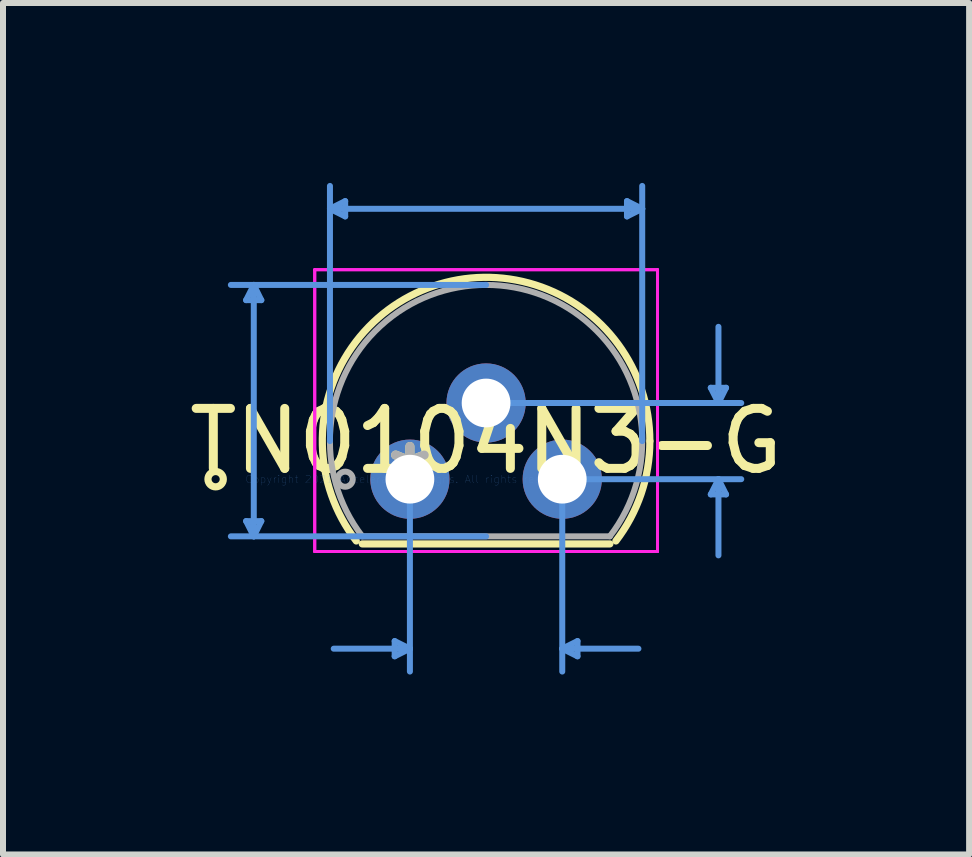
<source format=kicad_pcb>
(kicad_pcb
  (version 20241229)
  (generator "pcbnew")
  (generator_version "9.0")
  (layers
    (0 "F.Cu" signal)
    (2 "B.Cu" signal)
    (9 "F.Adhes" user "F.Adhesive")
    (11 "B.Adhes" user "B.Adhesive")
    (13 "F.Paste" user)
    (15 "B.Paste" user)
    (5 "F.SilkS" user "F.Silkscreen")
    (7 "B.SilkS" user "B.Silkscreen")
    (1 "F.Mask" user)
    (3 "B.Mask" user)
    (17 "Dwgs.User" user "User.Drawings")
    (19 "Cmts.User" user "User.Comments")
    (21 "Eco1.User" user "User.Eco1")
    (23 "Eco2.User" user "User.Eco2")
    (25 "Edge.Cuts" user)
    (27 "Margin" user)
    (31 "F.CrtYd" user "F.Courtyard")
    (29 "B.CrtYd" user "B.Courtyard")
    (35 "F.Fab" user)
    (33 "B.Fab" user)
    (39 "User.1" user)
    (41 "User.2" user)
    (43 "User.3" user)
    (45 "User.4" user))
  (footprint "TN0104N3-G"
    (layer "F.Cu")
    (at 3.784 4.939)
    (property "Reference" "TN0104N3-G" (at 1.27 -0.635 0) (layer "F.SilkS") (effects (font (size 1 1) (thickness 0.15))))
    (attr through_hole)
    (fp_line (start -0.794 1.079) (end 3.334 1.079) (stroke (width 0.12) (type solid)) (layer "F.SilkS"))
    (fp_arc (start -0.894167 1.029936) (mid 0.39069 -3.220042) (end 4.0005 -0.635) (stroke (width 0.12) (type solid)) (layer "F.SilkS"))
    (fp_arc (start 4.0005 -0.634999) (mid 3.855041 0.244313) (end 3.434164 1.02994) (stroke (width 0.12) (type solid)) (layer "F.SilkS"))
    (fp_circle (center -3.239 0) (end -3.111 0) (stroke (width 0.12) (type solid)) (fill no) (layer "F.SilkS"))
    (fp_line (start -2.731 -2.985) (end -2.477 -2.985) (stroke (width 0.1) (type solid)) (layer "Cmts.User"))
    (fp_line (start -2.731 0.699) (end -2.477 0.699) (stroke (width 0.1) (type solid)) (layer "Cmts.User"))
    (fp_line (start -2.603 -3.239) (end -2.731 -2.985) (stroke (width 0.1) (type solid)) (layer "Cmts.User"))
    (fp_line (start -2.603 -3.239) (end -2.603 0.953) (stroke (width 0.1) (type solid)) (layer "Cmts.User"))
    (fp_line (start -2.603 -3.239) (end -2.477 -2.985) (stroke (width 0.1) (type solid)) (layer "Cmts.User"))
    (fp_line (start -2.603 0.953) (end -2.731 0.699) (stroke (width 0.1) (type solid)) (layer "Cmts.User"))
    (fp_line (start -2.603 0.953) (end -2.477 0.699) (stroke (width 0.1) (type solid)) (layer "Cmts.User"))
    (fp_line (start -1.333 -4.508) (end -1.079 -4.636) (stroke (width 0.1) (type solid)) (layer "Cmts.User"))
    (fp_line (start -1.333 -4.508) (end -1.079 -4.381) (stroke (width 0.1) (type solid)) (layer "Cmts.User"))
    (fp_line (start -1.333 -4.508) (end 3.873 -4.508) (stroke (width 0.1) (type solid)) (layer "Cmts.User"))
    (fp_line (start -1.333 -0.635) (end -1.333 -4.889) (stroke (width 0.1) (type solid)) (layer "Cmts.User"))
    (fp_line (start -1.079 -4.636) (end -1.079 -4.381) (stroke (width 0.1) (type solid)) (layer "Cmts.User"))
    (fp_line (start -0.254 2.699) (end -0.254 2.953) (stroke (width 0.1) (type solid)) (layer "Cmts.User"))
    (fp_line (start 0 0) (end 0 3.207) (stroke (width 0.1) (type solid)) (layer "Cmts.User"))
    (fp_line (start 0 2.826) (end -1.27 2.826) (stroke (width 0.1) (type solid)) (layer "Cmts.User"))
    (fp_line (start 0 2.826) (end -0.254 2.699) (stroke (width 0.1) (type solid)) (layer "Cmts.User"))
    (fp_line (start 0 2.826) (end -0.254 2.953) (stroke (width 0.1) (type solid)) (layer "Cmts.User"))
    (fp_line (start 1.27 -3.239) (end -2.985 -3.239) (stroke (width 0.1) (type solid)) (layer "Cmts.User"))
    (fp_line (start 1.27 0.953) (end -2.985 0.953) (stroke (width 0.1) (type solid)) (layer "Cmts.User"))
    (fp_line (start 1.524 -1.27) (end 5.524 -1.27) (stroke (width 0.1) (type solid)) (layer "Cmts.User"))
    (fp_line (start 2.54 0) (end 2.54 3.207) (stroke (width 0.1) (type solid)) (layer "Cmts.User"))
    (fp_line (start 2.54 0) (end 5.524 0) (stroke (width 0.1) (type solid)) (layer "Cmts.User"))
    (fp_line (start 2.54 2.826) (end 2.794 2.699) (stroke (width 0.1) (type solid)) (layer "Cmts.User"))
    (fp_line (start 2.54 2.826) (end 2.794 2.953) (stroke (width 0.1) (type solid)) (layer "Cmts.User"))
    (fp_line (start 2.54 2.826) (end 3.81 2.826) (stroke (width 0.1) (type solid)) (layer "Cmts.User"))
    (fp_line (start 2.794 2.699) (end 2.794 2.953) (stroke (width 0.1) (type solid)) (layer "Cmts.User"))
    (fp_line (start 3.619 -4.636) (end 3.619 -4.381) (stroke (width 0.1) (type solid)) (layer "Cmts.User"))
    (fp_line (start 3.873 -4.508) (end 3.619 -4.636) (stroke (width 0.1) (type solid)) (layer "Cmts.User"))
    (fp_line (start 3.873 -4.508) (end 3.619 -4.381) (stroke (width 0.1) (type solid)) (layer "Cmts.User"))
    (fp_line (start 3.873 -0.635) (end 3.873 -4.889) (stroke (width 0.1) (type solid)) (layer "Cmts.User"))
    (fp_line (start 5.016 -1.524) (end 5.271 -1.524) (stroke (width 0.1) (type solid)) (layer "Cmts.User"))
    (fp_line (start 5.016 0.254) (end 5.271 0.254) (stroke (width 0.1) (type solid)) (layer "Cmts.User"))
    (fp_line (start 5.144 -1.27) (end 5.016 -1.524) (stroke (width 0.1) (type solid)) (layer "Cmts.User"))
    (fp_line (start 5.144 -1.27) (end 5.144 -2.54) (stroke (width 0.1) (type solid)) (layer "Cmts.User"))
    (fp_line (start 5.144 -1.27) (end 5.271 -1.524) (stroke (width 0.1) (type solid)) (layer "Cmts.User"))
    (fp_line (start 5.144 0) (end 5.016 0.254) (stroke (width 0.1) (type solid)) (layer "Cmts.User"))
    (fp_line (start 5.144 0) (end 5.144 1.27) (stroke (width 0.1) (type solid)) (layer "Cmts.User"))
    (fp_line (start 5.144 0) (end 5.271 0.254) (stroke (width 0.1) (type solid)) (layer "Cmts.User"))
    (fp_line (start -1.587 -3.493) (end 4.128 -3.493) (stroke (width 0.05) (type solid)) (layer "F.CrtYd"))
    (fp_line (start -1.587 -3.493) (end 4.128 -3.493) (stroke (width 0.05) (type solid)) (layer "F.CrtYd"))
    (fp_line (start -1.587 1.206) (end -1.587 -3.493) (stroke (width 0.05) (type solid)) (layer "F.CrtYd"))
    (fp_line (start -1.587 1.206) (end -1.587 -3.493) (stroke (width 0.05) (type solid)) (layer "F.CrtYd"))
    (fp_line (start 4.128 -3.493) (end 4.128 1.206) (stroke (width 0.05) (type solid)) (layer "F.CrtYd"))
    (fp_line (start 4.128 -3.493) (end 4.128 1.206) (stroke (width 0.05) (type solid)) (layer "F.CrtYd"))
    (fp_line (start 4.128 1.206) (end -1.587 1.206) (stroke (width 0.05) (type solid)) (layer "F.CrtYd"))
    (fp_line (start 4.128 1.206) (end -1.587 1.206) (stroke (width 0.05) (type solid)) (layer "F.CrtYd"))
    (fp_line (start -0.794 0.953) (end 3.334 0.953) (stroke (width 0.1) (type solid)) (layer "F.Fab"))
    (fp_line (start -0.254 0) (end 0.254 0) (stroke (width 0.1) (type solid)) (layer "F.Fab"))
    (fp_line (start 0 0.254) (end 0 -0.254) (stroke (width 0.1) (type solid)) (layer "F.Fab"))
    (fp_arc (start -0.793507 0.952499) (mid 1.270001 -3.2385) (end 3.333506 0.9525) (stroke (width 0.1) (type solid)) (layer "F.Fab"))
    (fp_circle (center -1.079 0) (end -0.953 0) (stroke (width 0.1) (type solid)) (fill no) (layer "F.Fab"))
    (fp_text user "*" (at 0 0 0) (layer "F.SilkS") (effects (font (size 1 1) (thickness 0.15))))
    (fp_text user "Copyright 2021 Accelerated Designs. All rights reserved." (at 0 0 0) (layer "Cmts.User") (effects (font (size 0.127 0.127) (thickness 0.002))))
    (fp_text user "*" (at 0 0 0) (layer "F.Fab") (effects (font (size 1 1) (thickness 0.15))))
    (pad "1" thru_hole circle (at 0 0) (size 1.321 1.321) (drill 0.813) (layers "*.Cu" "*.Mask"))
    (pad "2" thru_hole circle (at 1.27 -1.27) (size 1.321 1.321) (drill 0.813) (layers "*.Cu" "*.Mask"))
    (pad "3" thru_hole circle (at 2.54 0) (size 1.321 1.321) (drill 0.813) (layers "*.Cu" "*.Mask")))
  (gr_rect
    (start -3 -3)
    (end 13.107 11.196)
    (stroke (width 0.1) (type default))
    (fill no)
    (layer "Edge.Cuts")))
</source>
